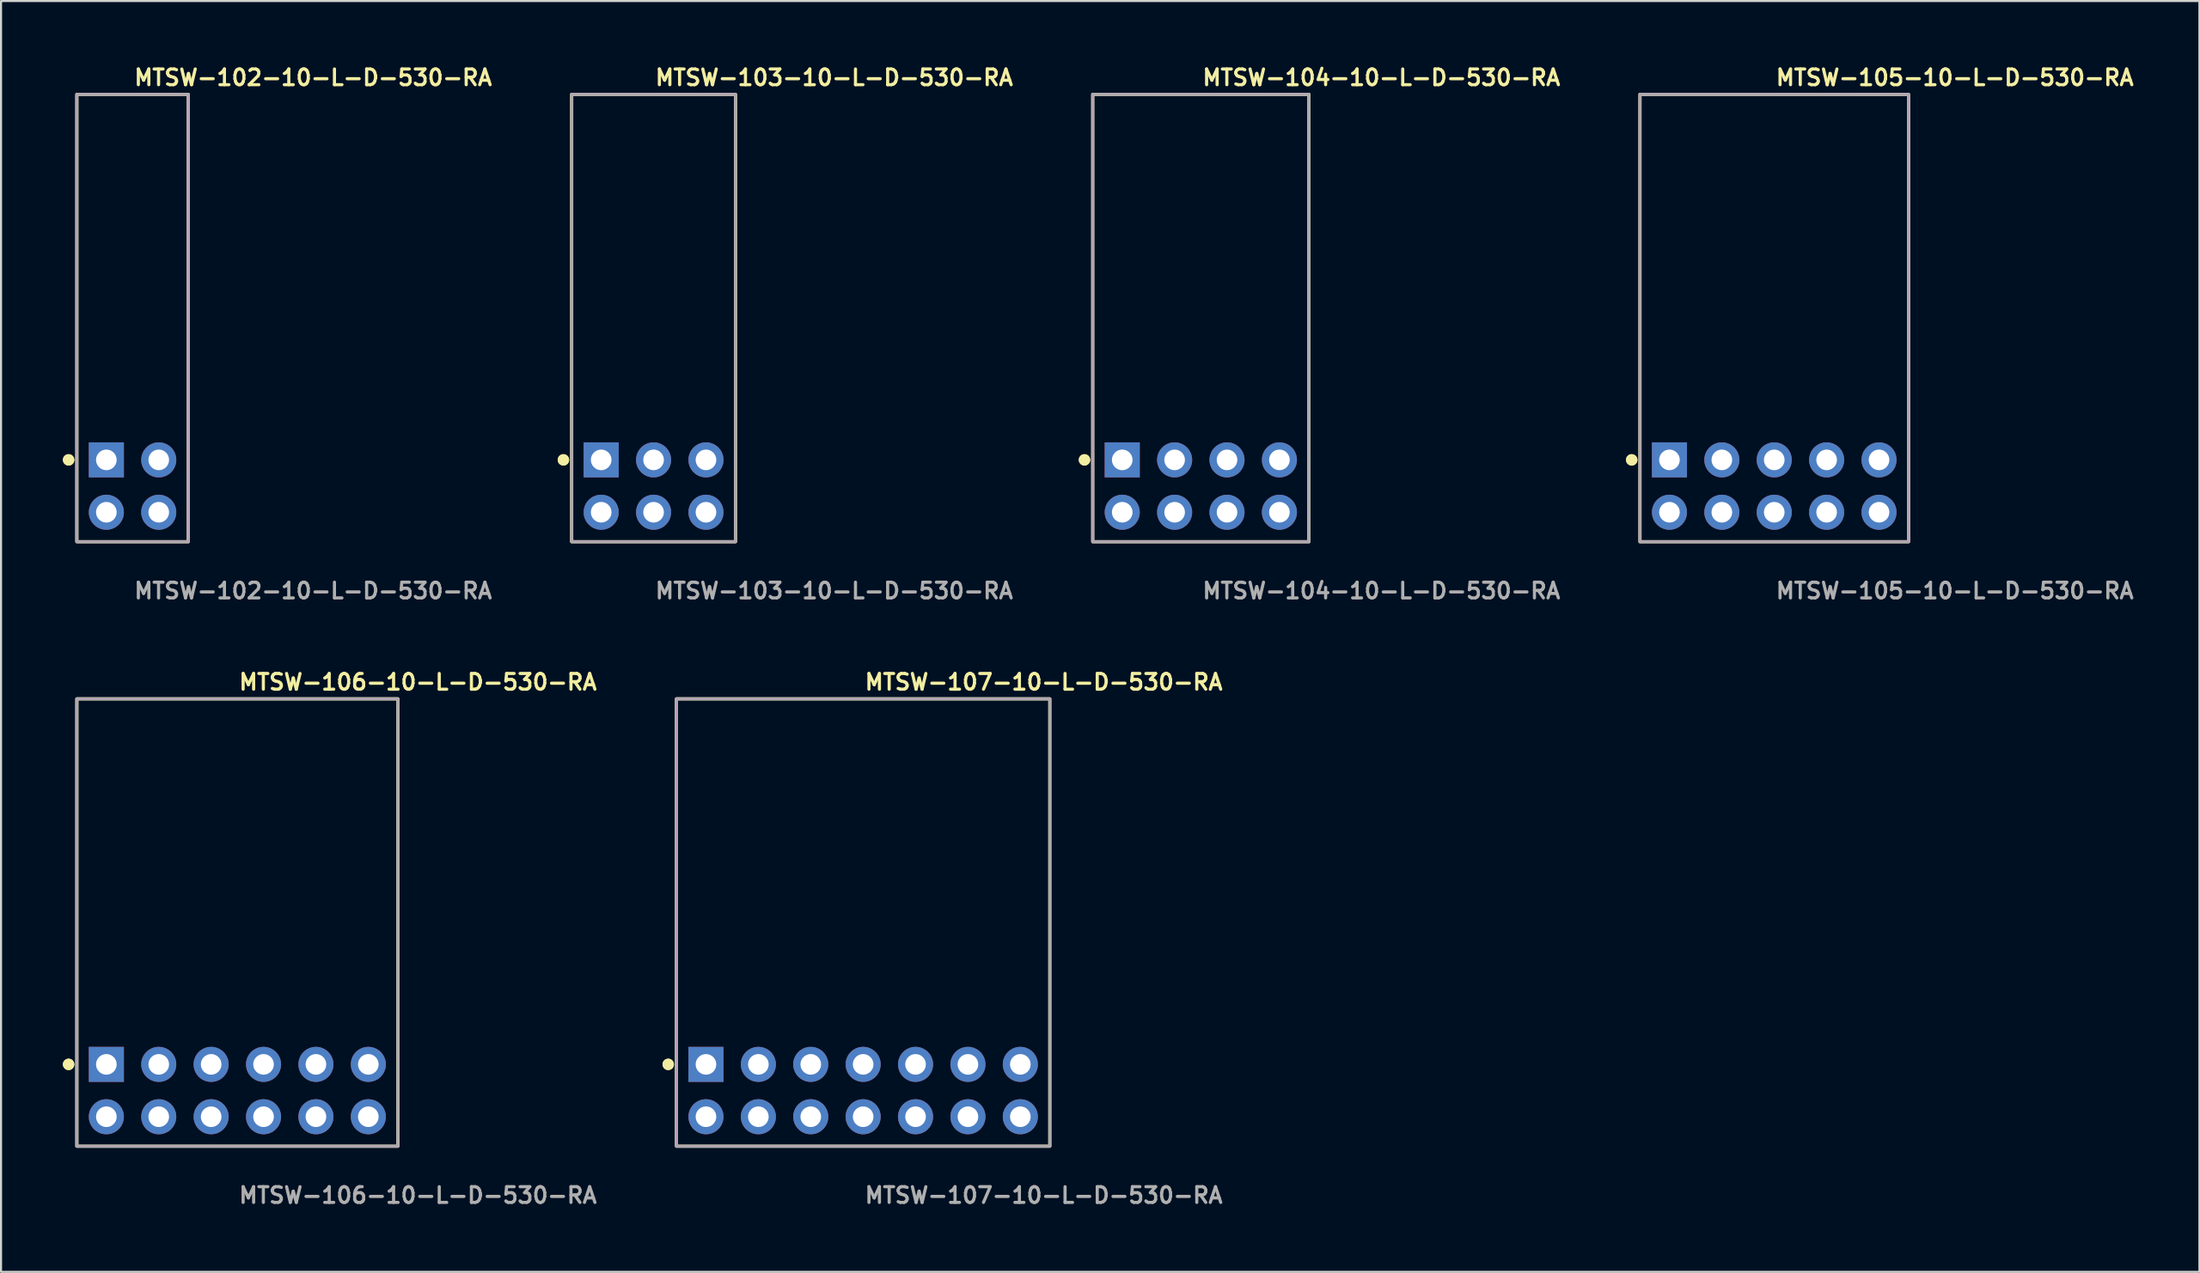
<source format=kicad_pcb>
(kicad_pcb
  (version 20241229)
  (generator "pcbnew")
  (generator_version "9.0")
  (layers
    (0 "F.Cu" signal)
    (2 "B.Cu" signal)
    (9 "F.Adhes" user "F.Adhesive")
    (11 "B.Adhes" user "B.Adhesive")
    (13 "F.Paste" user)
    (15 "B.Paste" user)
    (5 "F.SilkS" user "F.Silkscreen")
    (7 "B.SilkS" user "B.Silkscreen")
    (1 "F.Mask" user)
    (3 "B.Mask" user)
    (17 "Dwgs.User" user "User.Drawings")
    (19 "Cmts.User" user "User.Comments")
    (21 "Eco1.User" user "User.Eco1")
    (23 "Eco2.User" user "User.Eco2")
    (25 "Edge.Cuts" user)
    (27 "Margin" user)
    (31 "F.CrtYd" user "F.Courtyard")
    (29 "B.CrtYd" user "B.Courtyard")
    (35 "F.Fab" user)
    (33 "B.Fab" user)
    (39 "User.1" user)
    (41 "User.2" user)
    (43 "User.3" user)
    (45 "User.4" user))
  (footprint "MTSW-106-10-L-D-530-RA"
    (layer "F.Cu")
    (at 8.456 49.844)
    (property "Reference" "MTSW-106-10-L-D-530-RA" (at 0 -19.812 0) (unlocked yes) (layer "F.SilkS") (effects (font (size 0.762 0.762) (thickness 0.152)) (justify left)))
    (fp_rect (start -7.78 2.7) (end 7.78 -19) (stroke (width 0.152) (type solid)) (fill no) (layer "F.SilkS"))
    (fp_circle (center -8.18 -1.27) (end -8.38 -1.27) (stroke (width 0.152) (type solid)) (fill yes) (layer "F.SilkS"))
    (fp_circle (center -8.18 -1.27) (end -8.38 -1.27) (stroke (width 0.152) (type solid)) (fill yes) (layer "F.SilkS"))
    (fp_rect (start -7.78 2.7) (end 7.78 -19) (stroke (width 0.006) (type solid)) (fill no) (layer "F.CrtYd"))
    (fp_rect (start -7.78 2.7) (end 7.78 -19) (stroke (width 0.152) (type solid)) (fill no) (layer "F.Fab"))
    (fp_text user "${REFERENCE}" (at 0 5.08 0) (unlocked yes) (layer "F.Fab") (effects (font (size 0.762 0.762) (thickness 0.152)) (justify left)))
    (pad "1" thru_hole rect (at -6.35 -1.27) (size 1.7 1.7) (drill 1) (layers "*.Cu" "*.Mask"))
    (pad "2" thru_hole circle (at -6.35 1.27) (size 1.7 1.7) (drill 1) (layers "*.Cu" "*.Mask"))
    (pad "3" thru_hole circle (at -3.81 -1.27) (size 1.7 1.7) (drill 1) (layers "*.Cu" "*.Mask"))
    (pad "4" thru_hole circle (at -3.81 1.27) (size 1.7 1.7) (drill 1) (layers "*.Cu" "*.Mask"))
    (pad "5" thru_hole circle (at -1.27 -1.27) (size 1.7 1.7) (drill 1) (layers "*.Cu" "*.Mask"))
    (pad "6" thru_hole circle (at -1.27 1.27) (size 1.7 1.7) (drill 1) (layers "*.Cu" "*.Mask"))
    (pad "7" thru_hole circle (at 1.27 -1.27) (size 1.7 1.7) (drill 1) (layers "*.Cu" "*.Mask"))
    (pad "8" thru_hole circle (at 1.27 1.27) (size 1.7 1.7) (drill 1) (layers "*.Cu" "*.Mask"))
    (pad "9" thru_hole circle (at 3.81 -1.27) (size 1.7 1.7) (drill 1) (layers "*.Cu" "*.Mask"))
    (pad "10" thru_hole circle (at 3.81 1.27) (size 1.7 1.7) (drill 1) (layers "*.Cu" "*.Mask"))
    (pad "11" thru_hole circle (at 6.35 -1.27) (size 1.7 1.7) (drill 1) (layers "*.Cu" "*.Mask"))
    (pad "12" thru_hole circle (at 6.35 1.27) (size 1.7 1.7) (drill 1) (layers "*.Cu" "*.Mask")))
  (footprint "MTSW-105-10-L-D-530-RA"
    (layer "F.Cu")
    (at 82.964 20.525)
    (property "Reference" "MTSW-105-10-L-D-530-RA" (at 0 -19.812 0) (unlocked yes) (layer "F.SilkS") (effects (font (size 0.762 0.762) (thickness 0.152)) (justify left)))
    (fp_rect (start -6.51 2.7) (end 6.51 -19) (stroke (width 0.152) (type solid)) (fill no) (layer "F.SilkS"))
    (fp_circle (center -6.91 -1.27) (end -7.11 -1.27) (stroke (width 0.152) (type solid)) (fill yes) (layer "F.SilkS"))
    (fp_circle (center -6.91 -1.27) (end -7.11 -1.27) (stroke (width 0.152) (type solid)) (fill yes) (layer "F.SilkS"))
    (fp_rect (start -6.51 2.7) (end 6.51 -19) (stroke (width 0.006) (type solid)) (fill no) (layer "F.CrtYd"))
    (fp_rect (start -6.51 2.7) (end 6.51 -19) (stroke (width 0.152) (type solid)) (fill no) (layer "F.Fab"))
    (fp_text user "${REFERENCE}" (at 0 5.08 0) (unlocked yes) (layer "F.Fab") (effects (font (size 0.762 0.762) (thickness 0.152)) (justify left)))
    (pad "1" thru_hole rect (at -5.08 -1.27) (size 1.7 1.7) (drill 1) (layers "*.Cu" "*.Mask"))
    (pad "2" thru_hole circle (at -5.08 1.27) (size 1.7 1.7) (drill 1) (layers "*.Cu" "*.Mask"))
    (pad "3" thru_hole circle (at -2.54 -1.27) (size 1.7 1.7) (drill 1) (layers "*.Cu" "*.Mask"))
    (pad "4" thru_hole circle (at -2.54 1.27) (size 1.7 1.7) (drill 1) (layers "*.Cu" "*.Mask"))
    (pad "5" thru_hole circle (at 0 -1.27) (size 1.7 1.7) (drill 1) (layers "*.Cu" "*.Mask"))
    (pad "6" thru_hole circle (at 0 1.27) (size 1.7 1.7) (drill 1) (layers "*.Cu" "*.Mask"))
    (pad "7" thru_hole circle (at 2.54 -1.27) (size 1.7 1.7) (drill 1) (layers "*.Cu" "*.Mask"))
    (pad "8" thru_hole circle (at 2.54 1.27) (size 1.7 1.7) (drill 1) (layers "*.Cu" "*.Mask"))
    (pad "9" thru_hole circle (at 5.08 -1.27) (size 1.7 1.7) (drill 1) (layers "*.Cu" "*.Mask"))
    (pad "10" thru_hole circle (at 5.08 1.27) (size 1.7 1.7) (drill 1) (layers "*.Cu" "*.Mask")))
  (footprint "MTSW-104-10-L-D-530-RA"
    (layer "F.Cu")
    (at 55.165 20.525)
    (property "Reference" "MTSW-104-10-L-D-530-RA" (at 0 -19.812 0) (unlocked yes) (layer "F.SilkS") (effects (font (size 0.762 0.762) (thickness 0.152)) (justify left)))
    (fp_rect (start -5.24 2.7) (end 5.24 -19) (stroke (width 0.152) (type solid)) (fill no) (layer "F.SilkS"))
    (fp_circle (center -5.64 -1.27) (end -5.84 -1.27) (stroke (width 0.152) (type solid)) (fill yes) (layer "F.SilkS"))
    (fp_circle (center -5.64 -1.27) (end -5.84 -1.27) (stroke (width 0.152) (type solid)) (fill yes) (layer "F.SilkS"))
    (fp_rect (start -5.24 2.7) (end 5.24 -19) (stroke (width 0.006) (type solid)) (fill no) (layer "F.CrtYd"))
    (fp_rect (start -5.24 2.7) (end 5.24 -19) (stroke (width 0.152) (type solid)) (fill no) (layer "F.Fab"))
    (fp_text user "${REFERENCE}" (at 0 5.08 0) (unlocked yes) (layer "F.Fab") (effects (font (size 0.762 0.762) (thickness 0.152)) (justify left)))
    (pad "1" thru_hole rect (at -3.81 -1.27) (size 1.7 1.7) (drill 1) (layers "*.Cu" "*.Mask"))
    (pad "2" thru_hole circle (at -3.81 1.27) (size 1.7 1.7) (drill 1) (layers "*.Cu" "*.Mask"))
    (pad "3" thru_hole circle (at -1.27 -1.27) (size 1.7 1.7) (drill 1) (layers "*.Cu" "*.Mask"))
    (pad "4" thru_hole circle (at -1.27 1.27) (size 1.7 1.7) (drill 1) (layers "*.Cu" "*.Mask"))
    (pad "5" thru_hole circle (at 1.27 -1.27) (size 1.7 1.7) (drill 1) (layers "*.Cu" "*.Mask"))
    (pad "6" thru_hole circle (at 1.27 1.27) (size 1.7 1.7) (drill 1) (layers "*.Cu" "*.Mask"))
    (pad "7" thru_hole circle (at 3.81 -1.27) (size 1.7 1.7) (drill 1) (layers "*.Cu" "*.Mask"))
    (pad "8" thru_hole circle (at 3.81 1.27) (size 1.7 1.7) (drill 1) (layers "*.Cu" "*.Mask")))
  (footprint "MTSW-102-10-L-D-530-RA"
    (layer "F.Cu")
    (at 3.376 20.525)
    (property "Reference" "MTSW-102-10-L-D-530-RA" (at 0 -19.812 0) (unlocked yes) (layer "F.SilkS") (effects (font (size 0.762 0.762) (thickness 0.152)) (justify left)))
    (fp_rect (start -2.7 2.7) (end 2.7 -19) (stroke (width 0.152) (type solid)) (fill no) (layer "F.SilkS"))
    (fp_circle (center -3.1 -1.27) (end -3.3 -1.27) (stroke (width 0.152) (type solid)) (fill yes) (layer "F.SilkS"))
    (fp_circle (center -3.1 -1.27) (end -3.3 -1.27) (stroke (width 0.152) (type solid)) (fill yes) (layer "F.SilkS"))
    (fp_rect (start -2.7 2.7) (end 2.7 -19) (stroke (width 0.006) (type solid)) (fill no) (layer "F.CrtYd"))
    (fp_rect (start -2.7 2.7) (end 2.7 -19) (stroke (width 0.152) (type solid)) (fill no) (layer "F.Fab"))
    (fp_text user "${REFERENCE}" (at 0 5.08 0) (unlocked yes) (layer "F.Fab") (effects (font (size 0.762 0.762) (thickness 0.152)) (justify left)))
    (pad "1" thru_hole rect (at -1.27 -1.27) (size 1.7 1.7) (drill 1) (layers "*.Cu" "*.Mask"))
    (pad "2" thru_hole circle (at -1.27 1.27) (size 1.7 1.7) (drill 1) (layers "*.Cu" "*.Mask"))
    (pad "3" thru_hole circle (at 1.27 -1.27) (size 1.7 1.7) (drill 1) (layers "*.Cu" "*.Mask"))
    (pad "4" thru_hole circle (at 1.27 1.27) (size 1.7 1.7) (drill 1) (layers "*.Cu" "*.Mask")))
  (footprint "MTSW-107-10-L-D-530-RA"
    (layer "F.Cu")
    (at 38.795 49.844)
    (property "Reference" "MTSW-107-10-L-D-530-RA" (at 0 -19.812 0) (unlocked yes) (layer "F.SilkS") (effects (font (size 0.762 0.762) (thickness 0.152)) (justify left)))
    (fp_rect (start -9.05 2.7) (end 9.05 -19) (stroke (width 0.152) (type solid)) (fill no) (layer "F.SilkS"))
    (fp_circle (center -9.45 -1.27) (end -9.65 -1.27) (stroke (width 0.152) (type solid)) (fill yes) (layer "F.SilkS"))
    (fp_circle (center -9.45 -1.27) (end -9.65 -1.27) (stroke (width 0.152) (type solid)) (fill yes) (layer "F.SilkS"))
    (fp_rect (start -9.05 2.7) (end 9.05 -19) (stroke (width 0.006) (type solid)) (fill no) (layer "F.CrtYd"))
    (fp_rect (start -9.05 2.7) (end 9.05 -19) (stroke (width 0.152) (type solid)) (fill no) (layer "F.Fab"))
    (fp_text user "${REFERENCE}" (at 0 5.08 0) (unlocked yes) (layer "F.Fab") (effects (font (size 0.762 0.762) (thickness 0.152)) (justify left)))
    (pad "1" thru_hole rect (at -7.62 -1.27) (size 1.7 1.7) (drill 1) (layers "*.Cu" "*.Mask"))
    (pad "2" thru_hole circle (at -7.62 1.27) (size 1.7 1.7) (drill 1) (layers "*.Cu" "*.Mask"))
    (pad "3" thru_hole circle (at -5.08 -1.27) (size 1.7 1.7) (drill 1) (layers "*.Cu" "*.Mask"))
    (pad "4" thru_hole circle (at -5.08 1.27) (size 1.7 1.7) (drill 1) (layers "*.Cu" "*.Mask"))
    (pad "5" thru_hole circle (at -2.54 -1.27) (size 1.7 1.7) (drill 1) (layers "*.Cu" "*.Mask"))
    (pad "6" thru_hole circle (at -2.54 1.27) (size 1.7 1.7) (drill 1) (layers "*.Cu" "*.Mask"))
    (pad "7" thru_hole circle (at 0 -1.27) (size 1.7 1.7) (drill 1) (layers "*.Cu" "*.Mask"))
    (pad "8" thru_hole circle (at 0 1.27) (size 1.7 1.7) (drill 1) (layers "*.Cu" "*.Mask"))
    (pad "9" thru_hole circle (at 2.54 -1.27) (size 1.7 1.7) (drill 1) (layers "*.Cu" "*.Mask"))
    (pad "10" thru_hole circle (at 2.54 1.27) (size 1.7 1.7) (drill 1) (layers "*.Cu" "*.Mask"))
    (pad "11" thru_hole circle (at 5.08 -1.27) (size 1.7 1.7) (drill 1) (layers "*.Cu" "*.Mask"))
    (pad "12" thru_hole circle (at 5.08 1.27) (size 1.7 1.7) (drill 1) (layers "*.Cu" "*.Mask"))
    (pad "13" thru_hole circle (at 7.62 -1.27) (size 1.7 1.7) (drill 1) (layers "*.Cu" "*.Mask"))
    (pad "14" thru_hole circle (at 7.62 1.27) (size 1.7 1.7) (drill 1) (layers "*.Cu" "*.Mask")))
  (footprint "MTSW-103-10-L-D-530-RA"
    (layer "F.Cu")
    (at 28.635 20.525)
    (property "Reference" "MTSW-103-10-L-D-530-RA" (at 0 -19.812 0) (unlocked yes) (layer "F.SilkS") (effects (font (size 0.762 0.762) (thickness 0.152)) (justify left)))
    (fp_rect (start -3.97 2.7) (end 3.97 -19) (stroke (width 0.152) (type solid)) (fill no) (layer "F.SilkS"))
    (fp_circle (center -4.37 -1.27) (end -4.57 -1.27) (stroke (width 0.152) (type solid)) (fill yes) (layer "F.SilkS"))
    (fp_circle (center -4.37 -1.27) (end -4.57 -1.27) (stroke (width 0.152) (type solid)) (fill yes) (layer "F.SilkS"))
    (fp_rect (start -3.97 2.7) (end 3.97 -19) (stroke (width 0.006) (type solid)) (fill no) (layer "F.CrtYd"))
    (fp_rect (start -3.97 2.7) (end 3.97 -19) (stroke (width 0.152) (type solid)) (fill no) (layer "F.Fab"))
    (fp_text user "${REFERENCE}" (at 0 5.08 0) (unlocked yes) (layer "F.Fab") (effects (font (size 0.762 0.762) (thickness 0.152)) (justify left)))
    (pad "1" thru_hole rect (at -2.54 -1.27) (size 1.7 1.7) (drill 1) (layers "*.Cu" "*.Mask"))
    (pad "2" thru_hole circle (at -2.54 1.27) (size 1.7 1.7) (drill 1) (layers "*.Cu" "*.Mask"))
    (pad "3" thru_hole circle (at 0 -1.27) (size 1.7 1.7) (drill 1) (layers "*.Cu" "*.Mask"))
    (pad "4" thru_hole circle (at 0 1.27) (size 1.7 1.7) (drill 1) (layers "*.Cu" "*.Mask"))
    (pad "5" thru_hole circle (at 2.54 -1.27) (size 1.7 1.7) (drill 1) (layers "*.Cu" "*.Mask"))
    (pad "6" thru_hole circle (at 2.54 1.27) (size 1.7 1.7) (drill 1) (layers "*.Cu" "*.Mask")))
  (gr_rect
    (start -3 -3)
    (end 103.577 58.637)
    (stroke (width 0.1) (type default))
    (fill no)
    (layer "Edge.Cuts")))
</source>
